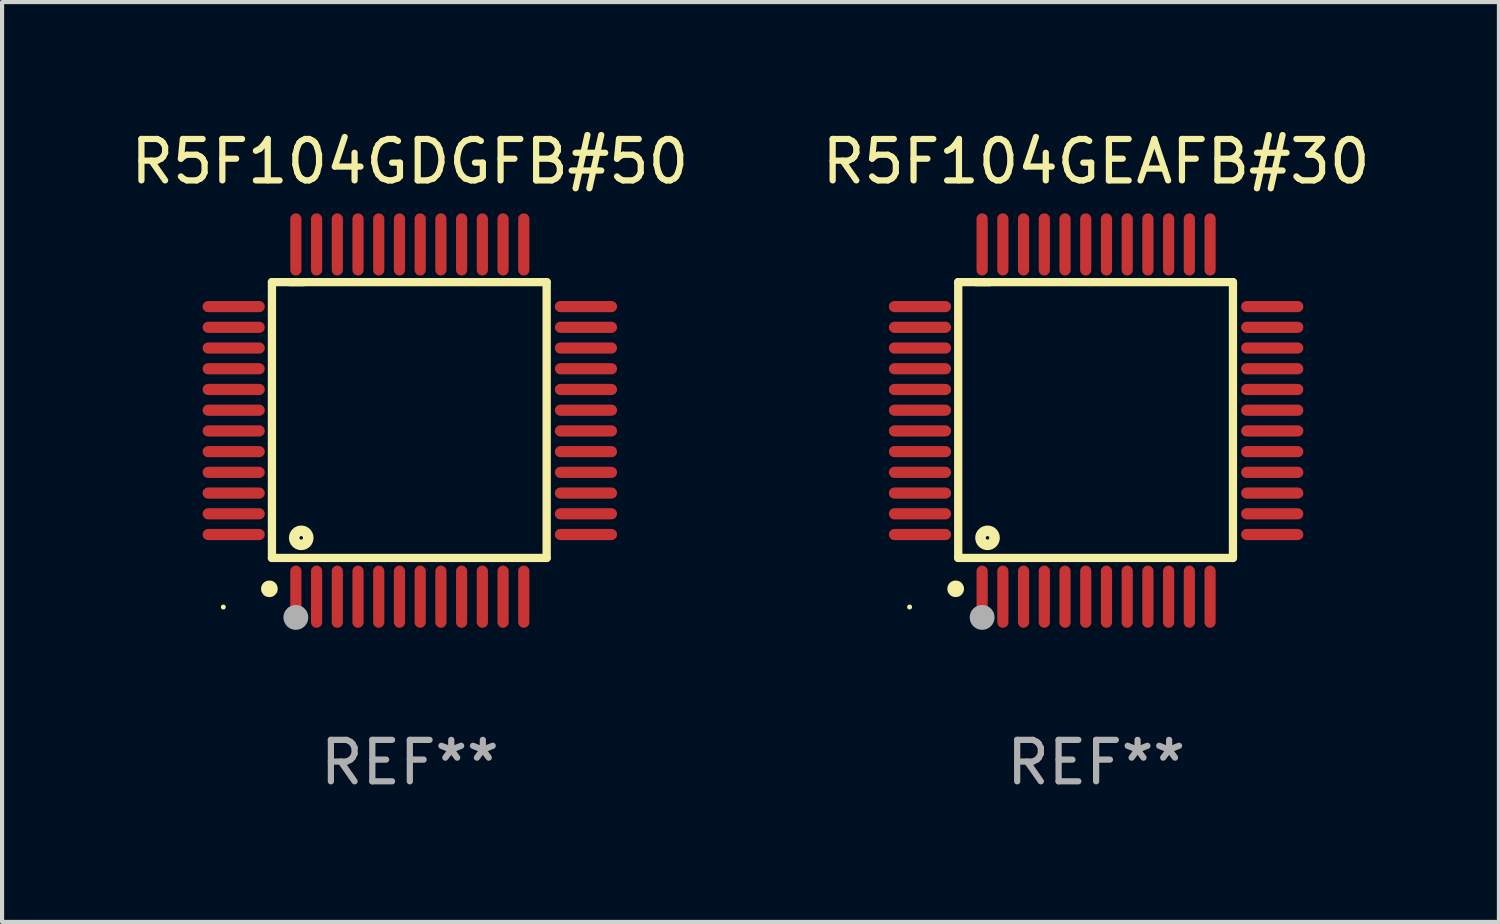
<source format=kicad_pcb>
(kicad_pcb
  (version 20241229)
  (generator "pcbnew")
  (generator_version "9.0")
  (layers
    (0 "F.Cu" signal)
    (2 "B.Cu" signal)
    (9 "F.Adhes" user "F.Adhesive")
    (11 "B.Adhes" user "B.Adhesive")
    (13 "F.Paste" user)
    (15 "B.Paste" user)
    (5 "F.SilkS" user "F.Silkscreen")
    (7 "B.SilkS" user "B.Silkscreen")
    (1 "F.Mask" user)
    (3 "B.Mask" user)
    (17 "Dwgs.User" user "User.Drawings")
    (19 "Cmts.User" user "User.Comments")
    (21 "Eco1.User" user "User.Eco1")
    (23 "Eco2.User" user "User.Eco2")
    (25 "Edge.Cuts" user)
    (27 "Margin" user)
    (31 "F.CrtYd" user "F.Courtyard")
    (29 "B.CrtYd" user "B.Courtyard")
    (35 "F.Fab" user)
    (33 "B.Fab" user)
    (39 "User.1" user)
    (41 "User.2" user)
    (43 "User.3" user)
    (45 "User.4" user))
  (footprint "R5F104GEAFB#30"
    (layer "F.Cu")
    (at 23.399 7.098)
    (property "Reference" "R5F104GEAFB#30" (at 0 -6.25 0) (layer "F.SilkS") (effects (font (size 1 1) (thickness 0.15))))
    (attr through_hole)
    (fp_line (start -3.327 -3.34) (end -2.565 -3.34) (stroke (width 0.2) (type solid)) (layer "F.SilkS"))
    (fp_line (start -3.327 3.315) (end -3.327 -3.34) (stroke (width 0.2) (type solid)) (layer "F.SilkS"))
    (fp_line (start -2.896 -3.34) (end 3.302 -3.34) (stroke (width 0.2) (type solid)) (layer "F.SilkS"))
    (fp_line (start 3.302 -3.34) (end 3.302 3.315) (stroke (width 0.2) (type solid)) (layer "F.SilkS"))
    (fp_line (start 3.302 3.315) (end -3.327 3.315) (stroke (width 0.2) (type solid)) (layer "F.SilkS"))
    (fp_arc (start -3.389992 4.059995) (mid -3.388722 4.059991) (end -3.387452 4.059995) (stroke (width 0.4) (type solid)) (layer "F.SilkS"))
    (fp_circle (center -4.5 4.5) (end -4.47 4.5) (stroke (width 0.06) (type solid)) (fill no) (layer "F.SilkS"))
    (fp_circle (center -2.62 2.83) (end -2.45 2.83) (stroke (width 0.254) (type solid)) (fill no) (layer "F.SilkS"))
    (fp_circle (center -2.75 4.75) (end -2.6 4.75) (stroke (width 0.3) (type solid)) (fill no) (layer "F.Fab"))
    (fp_text user "REF**" (at 0 8.25 0) (layer "F.Fab") (effects (font (size 1 1) (thickness 0.15))))
    (pad "1" smd oval (at -2.75 4.25) (size 0.27 1.5) (layers "F.Cu" "F.Mask" "F.Paste"))
    (pad "2" smd oval (at -2.25 4.25) (size 0.27 1.5) (layers "F.Cu" "F.Mask" "F.Paste"))
    (pad "3" smd oval (at -1.75 4.25) (size 0.27 1.5) (layers "F.Cu" "F.Mask" "F.Paste"))
    (pad "4" smd oval (at -1.25 4.25) (size 0.27 1.5) (layers "F.Cu" "F.Mask" "F.Paste"))
    (pad "5" smd oval (at -0.75 4.25) (size 0.27 1.5) (layers "F.Cu" "F.Mask" "F.Paste"))
    (pad "6" smd oval (at -0.25 4.25) (size 0.27 1.5) (layers "F.Cu" "F.Mask" "F.Paste"))
    (pad "7" smd oval (at 0.25 4.25) (size 0.27 1.5) (layers "F.Cu" "F.Mask" "F.Paste"))
    (pad "8" smd oval (at 0.75 4.25) (size 0.27 1.5) (layers "F.Cu" "F.Mask" "F.Paste"))
    (pad "9" smd oval (at 1.25 4.25) (size 0.27 1.5) (layers "F.Cu" "F.Mask" "F.Paste"))
    (pad "10" smd oval (at 1.75 4.25) (size 0.27 1.5) (layers "F.Cu" "F.Mask" "F.Paste"))
    (pad "11" smd oval (at 2.25 4.25) (size 0.27 1.5) (layers "F.Cu" "F.Mask" "F.Paste"))
    (pad "12" smd oval (at 2.75 4.25) (size 0.27 1.5) (layers "F.Cu" "F.Mask" "F.Paste"))
    (pad "13" smd oval (at 4.25 2.75) (size 1.5 0.27) (layers "F.Cu" "F.Mask" "F.Paste"))
    (pad "14" smd oval (at 4.25 2.25) (size 1.5 0.27) (layers "F.Cu" "F.Mask" "F.Paste"))
    (pad "15" smd oval (at 4.25 1.75) (size 1.5 0.27) (layers "F.Cu" "F.Mask" "F.Paste"))
    (pad "16" smd oval (at 4.25 1.25) (size 1.5 0.27) (layers "F.Cu" "F.Mask" "F.Paste"))
    (pad "17" smd oval (at 4.25 0.75) (size 1.5 0.27) (layers "F.Cu" "F.Mask" "F.Paste"))
    (pad "18" smd oval (at 4.25 0.25) (size 1.5 0.27) (layers "F.Cu" "F.Mask" "F.Paste"))
    (pad "19" smd oval (at 4.25 -0.25) (size 1.5 0.27) (layers "F.Cu" "F.Mask" "F.Paste"))
    (pad "20" smd oval (at 4.25 -0.75) (size 1.5 0.27) (layers "F.Cu" "F.Mask" "F.Paste"))
    (pad "21" smd oval (at 4.25 -1.25) (size 1.5 0.27) (layers "F.Cu" "F.Mask" "F.Paste"))
    (pad "22" smd oval (at 4.25 -1.75) (size 1.5 0.27) (layers "F.Cu" "F.Mask" "F.Paste"))
    (pad "23" smd oval (at 4.25 -2.25) (size 1.5 0.27) (layers "F.Cu" "F.Mask" "F.Paste"))
    (pad "24" smd oval (at 4.25 -2.75) (size 1.5 0.27) (layers "F.Cu" "F.Mask" "F.Paste"))
    (pad "25" smd oval (at 2.75 -4.25) (size 0.27 1.5) (layers "F.Cu" "F.Mask" "F.Paste"))
    (pad "26" smd oval (at 2.25 -4.25) (size 0.27 1.5) (layers "F.Cu" "F.Mask" "F.Paste"))
    (pad "27" smd oval (at 1.75 -4.25) (size 0.27 1.5) (layers "F.Cu" "F.Mask" "F.Paste"))
    (pad "28" smd oval (at 1.25 -4.25) (size 0.27 1.5) (layers "F.Cu" "F.Mask" "F.Paste"))
    (pad "29" smd oval (at 0.75 -4.25) (size 0.27 1.5) (layers "F.Cu" "F.Mask" "F.Paste"))
    (pad "30" smd oval (at 0.25 -4.25) (size 0.27 1.5) (layers "F.Cu" "F.Mask" "F.Paste"))
    (pad "31" smd oval (at -0.25 -4.25) (size 0.27 1.5) (layers "F.Cu" "F.Mask" "F.Paste"))
    (pad "32" smd oval (at -0.75 -4.25) (size 0.27 1.5) (layers "F.Cu" "F.Mask" "F.Paste"))
    (pad "33" smd oval (at -1.25 -4.25) (size 0.27 1.5) (layers "F.Cu" "F.Mask" "F.Paste"))
    (pad "34" smd oval (at -1.75 -4.25) (size 0.27 1.5) (layers "F.Cu" "F.Mask" "F.Paste"))
    (pad "35" smd oval (at -2.25 -4.25) (size 0.27 1.5) (layers "F.Cu" "F.Mask" "F.Paste"))
    (pad "36" smd oval (at -2.75 -4.25) (size 0.27 1.5) (layers "F.Cu" "F.Mask" "F.Paste"))
    (pad "37" smd oval (at -4.25 -2.75) (size 1.5 0.27) (layers "F.Cu" "F.Mask" "F.Paste"))
    (pad "38" smd oval (at -4.25 -2.25) (size 1.5 0.27) (layers "F.Cu" "F.Mask" "F.Paste"))
    (pad "39" smd oval (at -4.25 -1.75) (size 1.5 0.27) (layers "F.Cu" "F.Mask" "F.Paste"))
    (pad "40" smd oval (at -4.25 -1.25) (size 1.5 0.27) (layers "F.Cu" "F.Mask" "F.Paste"))
    (pad "41" smd oval (at -4.25 -0.75) (size 1.5 0.27) (layers "F.Cu" "F.Mask" "F.Paste"))
    (pad "42" smd oval (at -4.25 -0.25) (size 1.5 0.27) (layers "F.Cu" "F.Mask" "F.Paste"))
    (pad "43" smd oval (at -4.25 0.25) (size 1.5 0.27) (layers "F.Cu" "F.Mask" "F.Paste"))
    (pad "44" smd oval (at -4.25 0.75) (size 1.5 0.27) (layers "F.Cu" "F.Mask" "F.Paste"))
    (pad "45" smd oval (at -4.25 1.25) (size 1.5 0.27) (layers "F.Cu" "F.Mask" "F.Paste"))
    (pad "46" smd oval (at -4.25 1.75) (size 1.5 0.27) (layers "F.Cu" "F.Mask" "F.Paste"))
    (pad "47" smd oval (at -4.25 2.25) (size 1.5 0.27) (layers "F.Cu" "F.Mask" "F.Paste"))
    (pad "48" smd oval (at -4.25 2.75) (size 1.5 0.27) (layers "F.Cu" "F.Mask" "F.Paste")))
  (footprint "R5F104GDGFB#50"
    (layer "F.Cu")
    (at 6.839 7.098)
    (property "Reference" "R5F104GDGFB#50" (at 0 -6.25 0) (layer "F.SilkS") (effects (font (size 1 1) (thickness 0.15))))
    (attr through_hole)
    (fp_line (start -3.327 -3.34) (end -2.565 -3.34) (stroke (width 0.2) (type solid)) (layer "F.SilkS"))
    (fp_line (start -3.327 3.315) (end -3.327 -3.34) (stroke (width 0.2) (type solid)) (layer "F.SilkS"))
    (fp_line (start -2.896 -3.34) (end 3.302 -3.34) (stroke (width 0.2) (type solid)) (layer "F.SilkS"))
    (fp_line (start 3.302 -3.34) (end 3.302 3.315) (stroke (width 0.2) (type solid)) (layer "F.SilkS"))
    (fp_line (start 3.302 3.315) (end -3.327 3.315) (stroke (width 0.2) (type solid)) (layer "F.SilkS"))
    (fp_arc (start -3.389992 4.059995) (mid -3.388722 4.059991) (end -3.387452 4.059995) (stroke (width 0.4) (type solid)) (layer "F.SilkS"))
    (fp_circle (center -4.5 4.5) (end -4.47 4.5) (stroke (width 0.06) (type solid)) (fill no) (layer "F.SilkS"))
    (fp_circle (center -2.62 2.83) (end -2.45 2.83) (stroke (width 0.254) (type solid)) (fill no) (layer "F.SilkS"))
    (fp_circle (center -2.75 4.75) (end -2.6 4.75) (stroke (width 0.3) (type solid)) (fill no) (layer "F.Fab"))
    (fp_text user "REF**" (at 0 8.25 0) (layer "F.Fab") (effects (font (size 1 1) (thickness 0.15))))
    (pad "1" smd oval (at -2.75 4.25) (size 0.27 1.5) (layers "F.Cu" "F.Mask" "F.Paste"))
    (pad "2" smd oval (at -2.25 4.25) (size 0.27 1.5) (layers "F.Cu" "F.Mask" "F.Paste"))
    (pad "3" smd oval (at -1.75 4.25) (size 0.27 1.5) (layers "F.Cu" "F.Mask" "F.Paste"))
    (pad "4" smd oval (at -1.25 4.25) (size 0.27 1.5) (layers "F.Cu" "F.Mask" "F.Paste"))
    (pad "5" smd oval (at -0.75 4.25) (size 0.27 1.5) (layers "F.Cu" "F.Mask" "F.Paste"))
    (pad "6" smd oval (at -0.25 4.25) (size 0.27 1.5) (layers "F.Cu" "F.Mask" "F.Paste"))
    (pad "7" smd oval (at 0.25 4.25) (size 0.27 1.5) (layers "F.Cu" "F.Mask" "F.Paste"))
    (pad "8" smd oval (at 0.75 4.25) (size 0.27 1.5) (layers "F.Cu" "F.Mask" "F.Paste"))
    (pad "9" smd oval (at 1.25 4.25) (size 0.27 1.5) (layers "F.Cu" "F.Mask" "F.Paste"))
    (pad "10" smd oval (at 1.75 4.25) (size 0.27 1.5) (layers "F.Cu" "F.Mask" "F.Paste"))
    (pad "11" smd oval (at 2.25 4.25) (size 0.27 1.5) (layers "F.Cu" "F.Mask" "F.Paste"))
    (pad "12" smd oval (at 2.75 4.25) (size 0.27 1.5) (layers "F.Cu" "F.Mask" "F.Paste"))
    (pad "13" smd oval (at 4.25 2.75) (size 1.5 0.27) (layers "F.Cu" "F.Mask" "F.Paste"))
    (pad "14" smd oval (at 4.25 2.25) (size 1.5 0.27) (layers "F.Cu" "F.Mask" "F.Paste"))
    (pad "15" smd oval (at 4.25 1.75) (size 1.5 0.27) (layers "F.Cu" "F.Mask" "F.Paste"))
    (pad "16" smd oval (at 4.25 1.25) (size 1.5 0.27) (layers "F.Cu" "F.Mask" "F.Paste"))
    (pad "17" smd oval (at 4.25 0.75) (size 1.5 0.27) (layers "F.Cu" "F.Mask" "F.Paste"))
    (pad "18" smd oval (at 4.25 0.25) (size 1.5 0.27) (layers "F.Cu" "F.Mask" "F.Paste"))
    (pad "19" smd oval (at 4.25 -0.25) (size 1.5 0.27) (layers "F.Cu" "F.Mask" "F.Paste"))
    (pad "20" smd oval (at 4.25 -0.75) (size 1.5 0.27) (layers "F.Cu" "F.Mask" "F.Paste"))
    (pad "21" smd oval (at 4.25 -1.25) (size 1.5 0.27) (layers "F.Cu" "F.Mask" "F.Paste"))
    (pad "22" smd oval (at 4.25 -1.75) (size 1.5 0.27) (layers "F.Cu" "F.Mask" "F.Paste"))
    (pad "23" smd oval (at 4.25 -2.25) (size 1.5 0.27) (layers "F.Cu" "F.Mask" "F.Paste"))
    (pad "24" smd oval (at 4.25 -2.75) (size 1.5 0.27) (layers "F.Cu" "F.Mask" "F.Paste"))
    (pad "25" smd oval (at 2.75 -4.25) (size 0.27 1.5) (layers "F.Cu" "F.Mask" "F.Paste"))
    (pad "26" smd oval (at 2.25 -4.25) (size 0.27 1.5) (layers "F.Cu" "F.Mask" "F.Paste"))
    (pad "27" smd oval (at 1.75 -4.25) (size 0.27 1.5) (layers "F.Cu" "F.Mask" "F.Paste"))
    (pad "28" smd oval (at 1.25 -4.25) (size 0.27 1.5) (layers "F.Cu" "F.Mask" "F.Paste"))
    (pad "29" smd oval (at 0.75 -4.25) (size 0.27 1.5) (layers "F.Cu" "F.Mask" "F.Paste"))
    (pad "30" smd oval (at 0.25 -4.25) (size 0.27 1.5) (layers "F.Cu" "F.Mask" "F.Paste"))
    (pad "31" smd oval (at -0.25 -4.25) (size 0.27 1.5) (layers "F.Cu" "F.Mask" "F.Paste"))
    (pad "32" smd oval (at -0.75 -4.25) (size 0.27 1.5) (layers "F.Cu" "F.Mask" "F.Paste"))
    (pad "33" smd oval (at -1.25 -4.25) (size 0.27 1.5) (layers "F.Cu" "F.Mask" "F.Paste"))
    (pad "34" smd oval (at -1.75 -4.25) (size 0.27 1.5) (layers "F.Cu" "F.Mask" "F.Paste"))
    (pad "35" smd oval (at -2.25 -4.25) (size 0.27 1.5) (layers "F.Cu" "F.Mask" "F.Paste"))
    (pad "36" smd oval (at -2.75 -4.25) (size 0.27 1.5) (layers "F.Cu" "F.Mask" "F.Paste"))
    (pad "37" smd oval (at -4.25 -2.75) (size 1.5 0.27) (layers "F.Cu" "F.Mask" "F.Paste"))
    (pad "38" smd oval (at -4.25 -2.25) (size 1.5 0.27) (layers "F.Cu" "F.Mask" "F.Paste"))
    (pad "39" smd oval (at -4.25 -1.75) (size 1.5 0.27) (layers "F.Cu" "F.Mask" "F.Paste"))
    (pad "40" smd oval (at -4.25 -1.25) (size 1.5 0.27) (layers "F.Cu" "F.Mask" "F.Paste"))
    (pad "41" smd oval (at -4.25 -0.75) (size 1.5 0.27) (layers "F.Cu" "F.Mask" "F.Paste"))
    (pad "42" smd oval (at -4.25 -0.25) (size 1.5 0.27) (layers "F.Cu" "F.Mask" "F.Paste"))
    (pad "43" smd oval (at -4.25 0.25) (size 1.5 0.27) (layers "F.Cu" "F.Mask" "F.Paste"))
    (pad "44" smd oval (at -4.25 0.75) (size 1.5 0.27) (layers "F.Cu" "F.Mask" "F.Paste"))
    (pad "45" smd oval (at -4.25 1.25) (size 1.5 0.27) (layers "F.Cu" "F.Mask" "F.Paste"))
    (pad "46" smd oval (at -4.25 1.75) (size 1.5 0.27) (layers "F.Cu" "F.Mask" "F.Paste"))
    (pad "47" smd oval (at -4.25 2.25) (size 1.5 0.27) (layers "F.Cu" "F.Mask" "F.Paste"))
    (pad "48" smd oval (at -4.25 2.75) (size 1.5 0.27) (layers "F.Cu" "F.Mask" "F.Paste")))
  (gr_rect
    (start -3 -3)
    (end 33.119 19.196)
    (stroke (width 0.1) (type default))
    (fill no)
    (layer "Edge.Cuts")))
</source>
